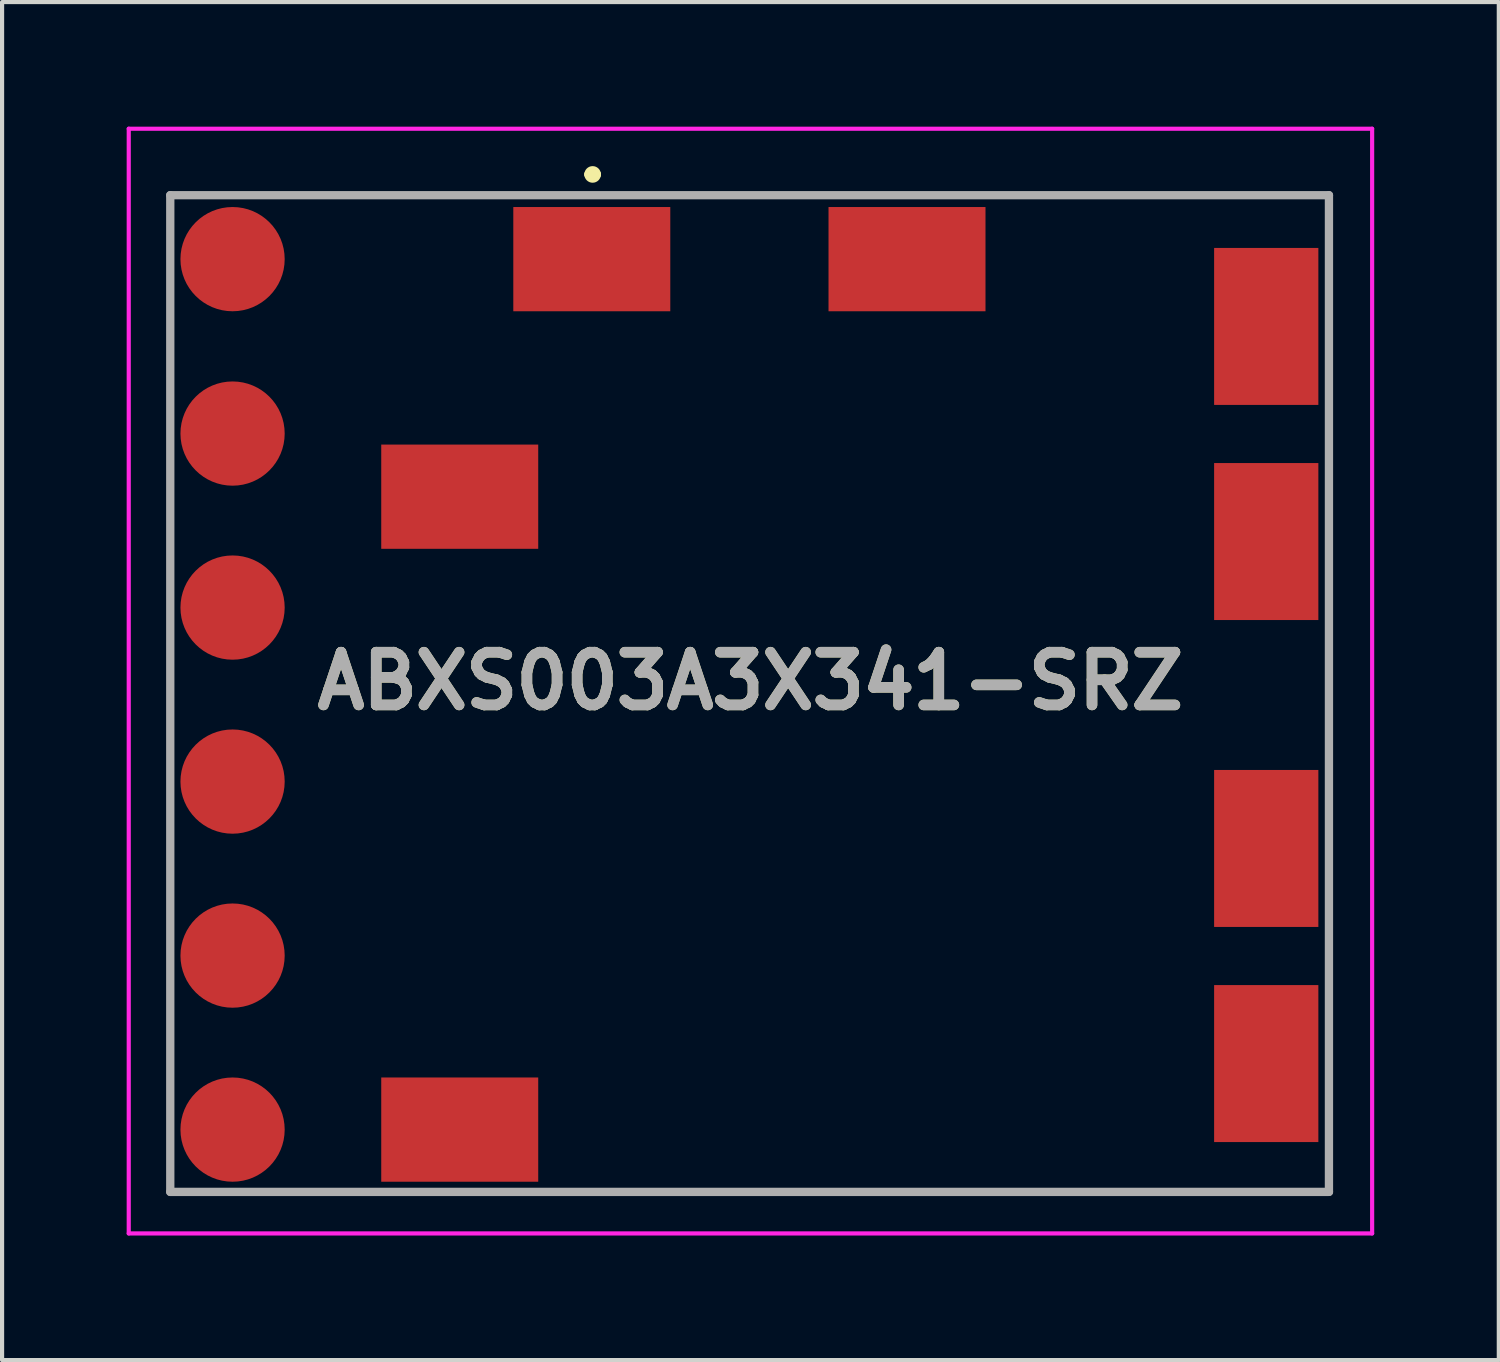
<source format=kicad_pcb>
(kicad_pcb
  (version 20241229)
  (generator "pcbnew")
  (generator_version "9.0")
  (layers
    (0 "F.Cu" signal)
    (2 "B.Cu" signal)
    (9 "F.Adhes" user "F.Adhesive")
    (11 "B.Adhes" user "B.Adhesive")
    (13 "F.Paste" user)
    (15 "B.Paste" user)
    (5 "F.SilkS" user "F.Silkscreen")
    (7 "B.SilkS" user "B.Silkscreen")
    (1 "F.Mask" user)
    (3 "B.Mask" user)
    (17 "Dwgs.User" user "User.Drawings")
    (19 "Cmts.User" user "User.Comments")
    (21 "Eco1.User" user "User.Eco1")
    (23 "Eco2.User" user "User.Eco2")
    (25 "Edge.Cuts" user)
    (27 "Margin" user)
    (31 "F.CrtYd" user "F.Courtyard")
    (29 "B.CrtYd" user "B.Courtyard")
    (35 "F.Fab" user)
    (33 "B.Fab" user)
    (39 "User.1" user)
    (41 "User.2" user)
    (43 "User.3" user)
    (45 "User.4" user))
  (footprint "ABXS003A3X341-SRZ"
    (layer "F.Cu")
    (at 15.02 13.65)
    (property "Reference" "ABXS003A3X341-SRZ" (at 0 -0.3 0) (layer "F.SilkS") (effects (font (size 1.27 1.27) (thickness 0.254))))
    (attr smd)
    (fp_line (start -13.97 -12) (end 13.97 -12) (stroke (width 0.1) (type solid)) (layer "F.SilkS"))
    (fp_line (start -13.97 12) (end -13.97 -12) (stroke (width 0.1) (type solid)) (layer "F.SilkS"))
    (fp_line (start -3.9 -12.5) (end -3.9 -12.5) (stroke (width 0.2) (type solid)) (layer "F.SilkS"))
    (fp_line (start -3.7 -12.5) (end -3.7 -12.5) (stroke (width 0.2) (type solid)) (layer "F.SilkS"))
    (fp_line (start 13.97 -12) (end 13.97 12) (stroke (width 0.1) (type solid)) (layer "F.SilkS"))
    (fp_line (start 13.97 12) (end -13.97 12) (stroke (width 0.1) (type solid)) (layer "F.SilkS"))
    (fp_arc (start -3.9 -12.5) (mid -3.8 -12.6) (end -3.7 -12.5) (stroke (width 0.2) (type solid)) (layer "F.SilkS"))
    (fp_arc (start -3.7 -12.5) (mid -3.8 -12.4) (end -3.9 -12.5) (stroke (width 0.2) (type solid)) (layer "F.SilkS"))
    (fp_line (start -14.97 -13.6) (end 14.97 -13.6) (stroke (width 0.1) (type solid)) (layer "F.CrtYd"))
    (fp_line (start -14.97 13) (end -14.97 -13.6) (stroke (width 0.1) (type solid)) (layer "F.CrtYd"))
    (fp_line (start 14.97 -13.6) (end 14.97 13) (stroke (width 0.1) (type solid)) (layer "F.CrtYd"))
    (fp_line (start 14.97 13) (end -14.97 13) (stroke (width 0.1) (type solid)) (layer "F.CrtYd"))
    (fp_line (start -13.97 -12) (end 13.93 -12) (stroke (width 0.2) (type solid)) (layer "F.Fab"))
    (fp_line (start -13.97 12) (end -13.97 -12) (stroke (width 0.2) (type solid)) (layer "F.Fab"))
    (fp_line (start 13.93 -12) (end 13.93 12) (stroke (width 0.2) (type solid)) (layer "F.Fab"))
    (fp_line (start 13.93 12) (end -13.97 12) (stroke (width 0.2) (type solid)) (layer "F.Fab"))
    (fp_text user "${REFERENCE}" (at 0 -0.3 0) (layer "F.Fab") (effects (font (size 1.27 1.27) (thickness 0.254))))
    (pad "1" smd rect (at -3.82 -10.46 90) (size 2.51 3.78) (layers "F.Cu" "F.Mask" "F.Paste"))
    (pad "2" smd rect (at 3.77 -10.46 90) (size 2.51 3.78) (layers "F.Cu" "F.Mask" "F.Paste"))
    (pad "3" smd rect (at 12.42 -8.84) (size 2.51 3.78) (layers "F.Cu" "F.Mask" "F.Paste"))
    (pad "4" smd rect (at 12.42 -3.66) (size 2.51 3.78) (layers "F.Cu" "F.Mask" "F.Paste"))
    (pad "5" smd rect (at 12.42 3.73) (size 2.51 3.78) (layers "F.Cu" "F.Mask" "F.Paste"))
    (pad "6" smd rect (at 12.42 8.91) (size 2.51 3.78) (layers "F.Cu" "F.Mask" "F.Paste"))
    (pad "7" smd rect (at -7 10.5 90) (size 2.51 3.78) (layers "F.Cu" "F.Mask" "F.Paste"))
    (pad "8" smd circle (at -12.47 10.5 90) (size 2.51 2.51) (layers "F.Cu" "F.Mask" "F.Paste"))
    (pad "9" smd circle (at -12.47 6.31 90) (size 2.51 2.51) (layers "F.Cu" "F.Mask" "F.Paste"))
    (pad "10" smd circle (at -12.47 2.12 90) (size 2.51 2.51) (layers "F.Cu" "F.Mask" "F.Paste"))
    (pad "11" smd circle (at -12.47 -2.07 90) (size 2.51 2.51) (layers "F.Cu" "F.Mask" "F.Paste"))
    (pad "12" smd circle (at -12.47 -6.26 90) (size 2.51 2.51) (layers "F.Cu" "F.Mask" "F.Paste"))
    (pad "13" smd circle (at -12.47 -10.46 90) (size 2.51 2.51) (layers "F.Cu" "F.Mask" "F.Paste"))
    (pad "14" smd rect (at -7 -4.74 90) (size 2.51 3.78) (layers "F.Cu" "F.Mask" "F.Paste")))
  (gr_rect
    (start -3 -3)
    (end 33.04 29.7)
    (stroke (width 0.1) (type default))
    (fill no)
    (layer "Edge.Cuts")))
</source>
